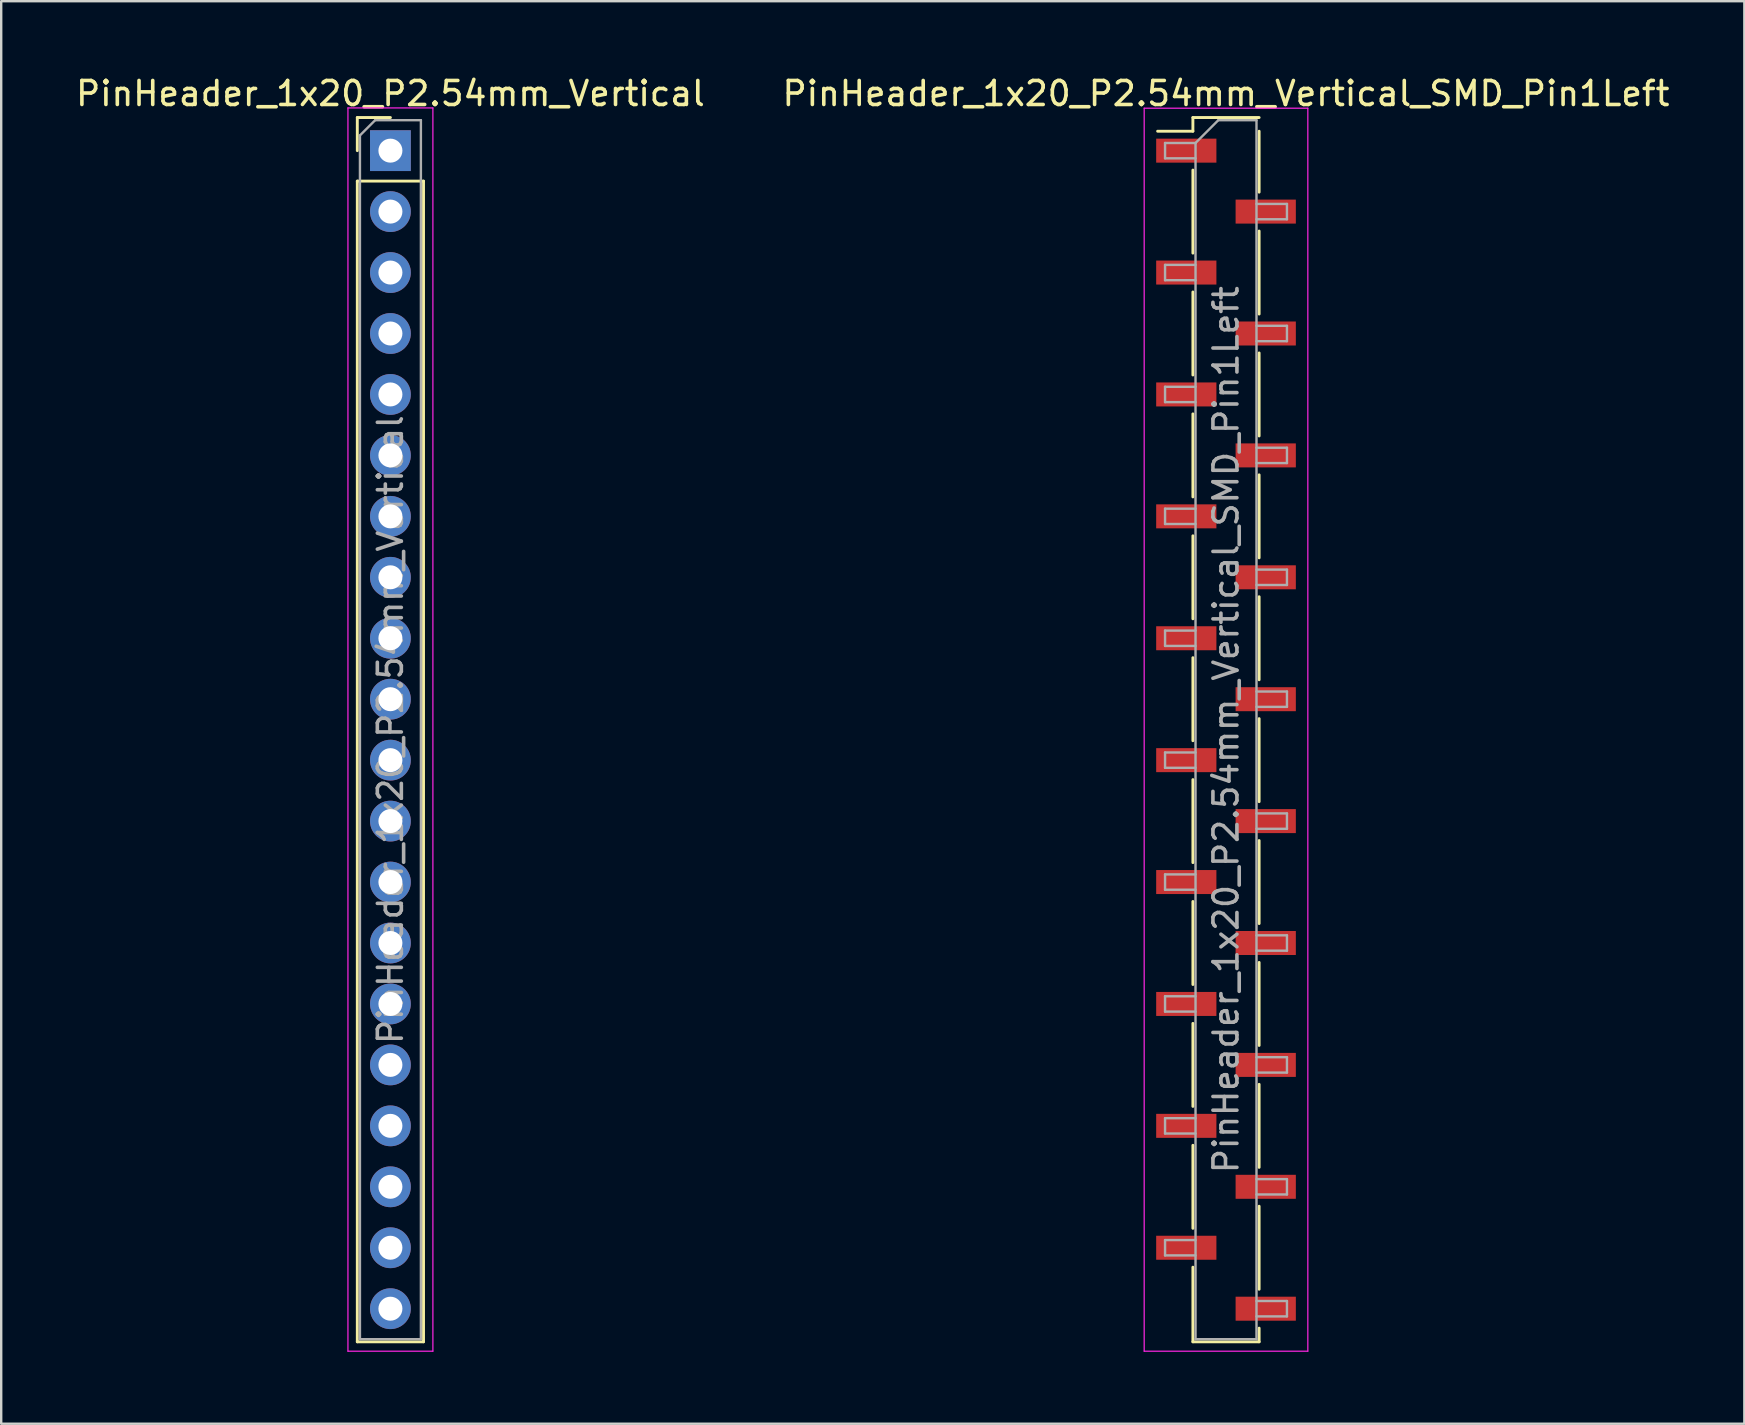
<source format=kicad_pcb>
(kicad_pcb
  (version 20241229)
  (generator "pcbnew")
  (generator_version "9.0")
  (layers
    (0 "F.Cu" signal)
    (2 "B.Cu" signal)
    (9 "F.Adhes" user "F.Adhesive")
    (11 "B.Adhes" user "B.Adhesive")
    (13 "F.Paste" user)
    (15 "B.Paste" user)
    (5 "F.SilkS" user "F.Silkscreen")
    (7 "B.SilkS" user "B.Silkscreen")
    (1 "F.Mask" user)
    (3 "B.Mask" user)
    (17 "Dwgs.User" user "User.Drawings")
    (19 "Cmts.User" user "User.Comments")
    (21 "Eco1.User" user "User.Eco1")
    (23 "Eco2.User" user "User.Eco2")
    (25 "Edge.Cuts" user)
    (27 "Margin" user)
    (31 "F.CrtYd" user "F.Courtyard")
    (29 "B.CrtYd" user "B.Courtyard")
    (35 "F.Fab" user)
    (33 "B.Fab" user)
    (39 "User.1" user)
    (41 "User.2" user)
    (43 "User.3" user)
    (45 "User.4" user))
  (footprint "PinHeader_1x20_P2.54mm_Vertical"
    (layer "F.Cu")
    (at 13.22 3.228)
    (property "Reference" "PinHeader_1x20_P2.54mm_Vertical" (at 0 -2.38 0) (layer "F.SilkS") (effects (font (size 1 1) (thickness 0.15))))
    (attr through_hole)
    (fp_line (start -1.38 -1.38) (end 0 -1.38) (stroke (width 0.12) (type solid)) (layer "F.SilkS"))
    (fp_line (start -1.38 0) (end -1.38 -1.38) (stroke (width 0.12) (type solid)) (layer "F.SilkS"))
    (fp_line (start -1.38 1.27) (end -1.38 49.64) (stroke (width 0.12) (type solid)) (layer "F.SilkS"))
    (fp_line (start -1.38 1.27) (end 1.38 1.27) (stroke (width 0.12) (type solid)) (layer "F.SilkS"))
    (fp_line (start -1.38 49.64) (end 1.38 49.64) (stroke (width 0.12) (type solid)) (layer "F.SilkS"))
    (fp_line (start 1.38 1.27) (end 1.38 49.64) (stroke (width 0.12) (type solid)) (layer "F.SilkS"))
    (fp_line (start -1.77 -1.78) (end -1.77 50.03) (stroke (width 0.05) (type solid)) (layer "F.CrtYd"))
    (fp_line (start -1.77 50.03) (end 1.77 50.03) (stroke (width 0.05) (type solid)) (layer "F.CrtYd"))
    (fp_line (start 1.77 -1.78) (end -1.77 -1.78) (stroke (width 0.05) (type solid)) (layer "F.CrtYd"))
    (fp_line (start 1.77 50.03) (end 1.77 -1.78) (stroke (width 0.05) (type solid)) (layer "F.CrtYd"))
    (fp_line (start -1.27 -0.635) (end -0.635 -1.27) (stroke (width 0.1) (type solid)) (layer "F.Fab"))
    (fp_line (start -1.27 49.53) (end -1.27 -0.635) (stroke (width 0.1) (type solid)) (layer "F.Fab"))
    (fp_line (start -0.635 -1.27) (end 1.27 -1.27) (stroke (width 0.1) (type solid)) (layer "F.Fab"))
    (fp_line (start 1.27 -1.27) (end 1.27 49.53) (stroke (width 0.1) (type solid)) (layer "F.Fab"))
    (fp_line (start 1.27 49.53) (end -1.27 49.53) (stroke (width 0.1) (type solid)) (layer "F.Fab"))
    (fp_text user "${REFERENCE}" (at 0 24.13 90) (layer "F.Fab") (effects (font (size 1 1) (thickness 0.15))))
    (pad "1" thru_hole rect (at 0 0) (size 1.7 1.7) (drill 1) (layers "*.Cu" "*.Mask"))
    (pad "2" thru_hole circle (at 0 2.54) (size 1.7 1.7) (drill 1) (layers "*.Cu" "*.Mask"))
    (pad "3" thru_hole circle (at 0 5.08) (size 1.7 1.7) (drill 1) (layers "*.Cu" "*.Mask"))
    (pad "4" thru_hole circle (at 0 7.62) (size 1.7 1.7) (drill 1) (layers "*.Cu" "*.Mask"))
    (pad "5" thru_hole circle (at 0 10.16) (size 1.7 1.7) (drill 1) (layers "*.Cu" "*.Mask"))
    (pad "6" thru_hole circle (at 0 12.7) (size 1.7 1.7) (drill 1) (layers "*.Cu" "*.Mask"))
    (pad "7" thru_hole circle (at 0 15.24) (size 1.7 1.7) (drill 1) (layers "*.Cu" "*.Mask"))
    (pad "8" thru_hole circle (at 0 17.78) (size 1.7 1.7) (drill 1) (layers "*.Cu" "*.Mask"))
    (pad "9" thru_hole circle (at 0 20.32) (size 1.7 1.7) (drill 1) (layers "*.Cu" "*.Mask"))
    (pad "10" thru_hole circle (at 0 22.86) (size 1.7 1.7) (drill 1) (layers "*.Cu" "*.Mask"))
    (pad "11" thru_hole circle (at 0 25.4) (size 1.7 1.7) (drill 1) (layers "*.Cu" "*.Mask"))
    (pad "12" thru_hole circle (at 0 27.94) (size 1.7 1.7) (drill 1) (layers "*.Cu" "*.Mask"))
    (pad "13" thru_hole circle (at 0 30.48) (size 1.7 1.7) (drill 1) (layers "*.Cu" "*.Mask"))
    (pad "14" thru_hole circle (at 0 33.02) (size 1.7 1.7) (drill 1) (layers "*.Cu" "*.Mask"))
    (pad "15" thru_hole circle (at 0 35.56) (size 1.7 1.7) (drill 1) (layers "*.Cu" "*.Mask"))
    (pad "16" thru_hole circle (at 0 38.1) (size 1.7 1.7) (drill 1) (layers "*.Cu" "*.Mask"))
    (pad "17" thru_hole circle (at 0 40.64) (size 1.7 1.7) (drill 1) (layers "*.Cu" "*.Mask"))
    (pad "18" thru_hole circle (at 0 43.18) (size 1.7 1.7) (drill 1) (layers "*.Cu" "*.Mask"))
    (pad "19" thru_hole circle (at 0 45.72) (size 1.7 1.7) (drill 1) (layers "*.Cu" "*.Mask"))
    (pad "20" thru_hole circle (at 0 48.26) (size 1.7 1.7) (drill 1) (layers "*.Cu" "*.Mask")))
  (footprint "PinHeader_1x20_P2.54mm_Vertical_SMD_Pin1Left"
    (layer "F.Cu")
    (at 48.042 27.358)
    (property "Reference" "PinHeader_1x20_P2.54mm_Vertical_SMD_Pin1Left" (at 0 -26.51 0) (layer "F.SilkS") (effects (font (size 1 1) (thickness 0.15))))
    (attr smd)
    (fp_line (start -1.38 -25.51) (end -1.38 -24.94) (stroke (width 0.12) (type solid)) (layer "F.SilkS"))
    (fp_line (start -1.38 -25.51) (end 1.38 -25.51) (stroke (width 0.12) (type solid)) (layer "F.SilkS"))
    (fp_line (start -1.38 -24.94) (end -2.85 -24.94) (stroke (width 0.12) (type solid)) (layer "F.SilkS"))
    (fp_line (start -1.38 -23.32) (end -1.38 -19.86) (stroke (width 0.12) (type solid)) (layer "F.SilkS"))
    (fp_line (start -1.38 -18.24) (end -1.38 -14.78) (stroke (width 0.12) (type solid)) (layer "F.SilkS"))
    (fp_line (start -1.38 -13.16) (end -1.38 -9.7) (stroke (width 0.12) (type solid)) (layer "F.SilkS"))
    (fp_line (start -1.38 -8.08) (end -1.38 -4.62) (stroke (width 0.12) (type solid)) (layer "F.SilkS"))
    (fp_line (start -1.38 -3) (end -1.38 0.46) (stroke (width 0.12) (type solid)) (layer "F.SilkS"))
    (fp_line (start -1.38 2.08) (end -1.38 5.54) (stroke (width 0.12) (type solid)) (layer "F.SilkS"))
    (fp_line (start -1.38 7.16) (end -1.38 10.62) (stroke (width 0.12) (type solid)) (layer "F.SilkS"))
    (fp_line (start -1.38 12.24) (end -1.38 15.7) (stroke (width 0.12) (type solid)) (layer "F.SilkS"))
    (fp_line (start -1.38 17.32) (end -1.38 20.78) (stroke (width 0.12) (type solid)) (layer "F.SilkS"))
    (fp_line (start -1.38 22.4) (end -1.38 25.51) (stroke (width 0.12) (type solid)) (layer "F.SilkS"))
    (fp_line (start -1.38 25.51) (end 1.38 25.51) (stroke (width 0.12) (type solid)) (layer "F.SilkS"))
    (fp_line (start 1.38 -24.94) (end 1.38 -22.4) (stroke (width 0.12) (type solid)) (layer "F.SilkS"))
    (fp_line (start 1.38 -20.78) (end 1.38 -17.32) (stroke (width 0.12) (type solid)) (layer "F.SilkS"))
    (fp_line (start 1.38 -15.7) (end 1.38 -12.24) (stroke (width 0.12) (type solid)) (layer "F.SilkS"))
    (fp_line (start 1.38 -10.62) (end 1.38 -7.16) (stroke (width 0.12) (type solid)) (layer "F.SilkS"))
    (fp_line (start 1.38 -5.54) (end 1.38 -2.08) (stroke (width 0.12) (type solid)) (layer "F.SilkS"))
    (fp_line (start 1.38 -0.46) (end 1.38 3) (stroke (width 0.12) (type solid)) (layer "F.SilkS"))
    (fp_line (start 1.38 4.62) (end 1.38 8.08) (stroke (width 0.12) (type solid)) (layer "F.SilkS"))
    (fp_line (start 1.38 9.7) (end 1.38 13.16) (stroke (width 0.12) (type solid)) (layer "F.SilkS"))
    (fp_line (start 1.38 14.78) (end 1.38 18.24) (stroke (width 0.12) (type solid)) (layer "F.SilkS"))
    (fp_line (start 1.38 19.86) (end 1.38 23.32) (stroke (width 0.12) (type solid)) (layer "F.SilkS"))
    (fp_line (start 1.38 24.94) (end 1.38 25.51) (stroke (width 0.12) (type solid)) (layer "F.SilkS"))
    (fp_line (start -3.41 -25.9) (end -3.41 25.9) (stroke (width 0.05) (type solid)) (layer "F.CrtYd"))
    (fp_line (start -3.41 25.9) (end 3.41 25.9) (stroke (width 0.05) (type solid)) (layer "F.CrtYd"))
    (fp_line (start 3.41 -25.9) (end -3.41 -25.9) (stroke (width 0.05) (type solid)) (layer "F.CrtYd"))
    (fp_line (start 3.41 25.9) (end 3.41 -25.9) (stroke (width 0.05) (type solid)) (layer "F.CrtYd"))
    (fp_line (start -2.54 -24.45) (end -2.54 -23.81) (stroke (width 0.1) (type solid)) (layer "F.Fab"))
    (fp_line (start -2.54 -23.81) (end -1.27 -23.81) (stroke (width 0.1) (type solid)) (layer "F.Fab"))
    (fp_line (start -2.54 -19.37) (end -2.54 -18.73) (stroke (width 0.1) (type solid)) (layer "F.Fab"))
    (fp_line (start -2.54 -18.73) (end -1.27 -18.73) (stroke (width 0.1) (type solid)) (layer "F.Fab"))
    (fp_line (start -2.54 -14.29) (end -2.54 -13.65) (stroke (width 0.1) (type solid)) (layer "F.Fab"))
    (fp_line (start -2.54 -13.65) (end -1.27 -13.65) (stroke (width 0.1) (type solid)) (layer "F.Fab"))
    (fp_line (start -2.54 -9.21) (end -2.54 -8.57) (stroke (width 0.1) (type solid)) (layer "F.Fab"))
    (fp_line (start -2.54 -8.57) (end -1.27 -8.57) (stroke (width 0.1) (type solid)) (layer "F.Fab"))
    (fp_line (start -2.54 -4.13) (end -2.54 -3.49) (stroke (width 0.1) (type solid)) (layer "F.Fab"))
    (fp_line (start -2.54 -3.49) (end -1.27 -3.49) (stroke (width 0.1) (type solid)) (layer "F.Fab"))
    (fp_line (start -2.54 0.95) (end -2.54 1.59) (stroke (width 0.1) (type solid)) (layer "F.Fab"))
    (fp_line (start -2.54 1.59) (end -1.27 1.59) (stroke (width 0.1) (type solid)) (layer "F.Fab"))
    (fp_line (start -2.54 6.03) (end -2.54 6.67) (stroke (width 0.1) (type solid)) (layer "F.Fab"))
    (fp_line (start -2.54 6.67) (end -1.27 6.67) (stroke (width 0.1) (type solid)) (layer "F.Fab"))
    (fp_line (start -2.54 11.11) (end -2.54 11.75) (stroke (width 0.1) (type solid)) (layer "F.Fab"))
    (fp_line (start -2.54 11.75) (end -1.27 11.75) (stroke (width 0.1) (type solid)) (layer "F.Fab"))
    (fp_line (start -2.54 16.19) (end -2.54 16.83) (stroke (width 0.1) (type solid)) (layer "F.Fab"))
    (fp_line (start -2.54 16.83) (end -1.27 16.83) (stroke (width 0.1) (type solid)) (layer "F.Fab"))
    (fp_line (start -2.54 21.27) (end -2.54 21.91) (stroke (width 0.1) (type solid)) (layer "F.Fab"))
    (fp_line (start -2.54 21.91) (end -1.27 21.91) (stroke (width 0.1) (type solid)) (layer "F.Fab"))
    (fp_line (start -1.27 -24.45) (end -2.54 -24.45) (stroke (width 0.1) (type solid)) (layer "F.Fab"))
    (fp_line (start -1.27 -24.45) (end -0.32 -25.4) (stroke (width 0.1) (type solid)) (layer "F.Fab"))
    (fp_line (start -1.27 -19.37) (end -2.54 -19.37) (stroke (width 0.1) (type solid)) (layer "F.Fab"))
    (fp_line (start -1.27 -14.29) (end -2.54 -14.29) (stroke (width 0.1) (type solid)) (layer "F.Fab"))
    (fp_line (start -1.27 -9.21) (end -2.54 -9.21) (stroke (width 0.1) (type solid)) (layer "F.Fab"))
    (fp_line (start -1.27 -4.13) (end -2.54 -4.13) (stroke (width 0.1) (type solid)) (layer "F.Fab"))
    (fp_line (start -1.27 0.95) (end -2.54 0.95) (stroke (width 0.1) (type solid)) (layer "F.Fab"))
    (fp_line (start -1.27 6.03) (end -2.54 6.03) (stroke (width 0.1) (type solid)) (layer "F.Fab"))
    (fp_line (start -1.27 11.11) (end -2.54 11.11) (stroke (width 0.1) (type solid)) (layer "F.Fab"))
    (fp_line (start -1.27 16.19) (end -2.54 16.19) (stroke (width 0.1) (type solid)) (layer "F.Fab"))
    (fp_line (start -1.27 21.27) (end -2.54 21.27) (stroke (width 0.1) (type solid)) (layer "F.Fab"))
    (fp_line (start -1.27 25.4) (end -1.27 -24.45) (stroke (width 0.1) (type solid)) (layer "F.Fab"))
    (fp_line (start -0.32 -25.4) (end 1.27 -25.4) (stroke (width 0.1) (type solid)) (layer "F.Fab"))
    (fp_line (start 1.27 -25.4) (end 1.27 25.4) (stroke (width 0.1) (type solid)) (layer "F.Fab"))
    (fp_line (start 1.27 -21.91) (end 2.54 -21.91) (stroke (width 0.1) (type solid)) (layer "F.Fab"))
    (fp_line (start 1.27 -16.83) (end 2.54 -16.83) (stroke (width 0.1) (type solid)) (layer "F.Fab"))
    (fp_line (start 1.27 -11.75) (end 2.54 -11.75) (stroke (width 0.1) (type solid)) (layer "F.Fab"))
    (fp_line (start 1.27 -6.67) (end 2.54 -6.67) (stroke (width 0.1) (type solid)) (layer "F.Fab"))
    (fp_line (start 1.27 -1.59) (end 2.54 -1.59) (stroke (width 0.1) (type solid)) (layer "F.Fab"))
    (fp_line (start 1.27 3.49) (end 2.54 3.49) (stroke (width 0.1) (type solid)) (layer "F.Fab"))
    (fp_line (start 1.27 8.57) (end 2.54 8.57) (stroke (width 0.1) (type solid)) (layer "F.Fab"))
    (fp_line (start 1.27 13.65) (end 2.54 13.65) (stroke (width 0.1) (type solid)) (layer "F.Fab"))
    (fp_line (start 1.27 18.73) (end 2.54 18.73) (stroke (width 0.1) (type solid)) (layer "F.Fab"))
    (fp_line (start 1.27 23.81) (end 2.54 23.81) (stroke (width 0.1) (type solid)) (layer "F.Fab"))
    (fp_line (start 1.27 25.4) (end -1.27 25.4) (stroke (width 0.1) (type solid)) (layer "F.Fab"))
    (fp_line (start 2.54 -21.91) (end 2.54 -21.27) (stroke (width 0.1) (type solid)) (layer "F.Fab"))
    (fp_line (start 2.54 -21.27) (end 1.27 -21.27) (stroke (width 0.1) (type solid)) (layer "F.Fab"))
    (fp_line (start 2.54 -16.83) (end 2.54 -16.19) (stroke (width 0.1) (type solid)) (layer "F.Fab"))
    (fp_line (start 2.54 -16.19) (end 1.27 -16.19) (stroke (width 0.1) (type solid)) (layer "F.Fab"))
    (fp_line (start 2.54 -11.75) (end 2.54 -11.11) (stroke (width 0.1) (type solid)) (layer "F.Fab"))
    (fp_line (start 2.54 -11.11) (end 1.27 -11.11) (stroke (width 0.1) (type solid)) (layer "F.Fab"))
    (fp_line (start 2.54 -6.67) (end 2.54 -6.03) (stroke (width 0.1) (type solid)) (layer "F.Fab"))
    (fp_line (start 2.54 -6.03) (end 1.27 -6.03) (stroke (width 0.1) (type solid)) (layer "F.Fab"))
    (fp_line (start 2.54 -1.59) (end 2.54 -0.95) (stroke (width 0.1) (type solid)) (layer "F.Fab"))
    (fp_line (start 2.54 -0.95) (end 1.27 -0.95) (stroke (width 0.1) (type solid)) (layer "F.Fab"))
    (fp_line (start 2.54 3.49) (end 2.54 4.13) (stroke (width 0.1) (type solid)) (layer "F.Fab"))
    (fp_line (start 2.54 4.13) (end 1.27 4.13) (stroke (width 0.1) (type solid)) (layer "F.Fab"))
    (fp_line (start 2.54 8.57) (end 2.54 9.21) (stroke (width 0.1) (type solid)) (layer "F.Fab"))
    (fp_line (start 2.54 9.21) (end 1.27 9.21) (stroke (width 0.1) (type solid)) (layer "F.Fab"))
    (fp_line (start 2.54 13.65) (end 2.54 14.29) (stroke (width 0.1) (type solid)) (layer "F.Fab"))
    (fp_line (start 2.54 14.29) (end 1.27 14.29) (stroke (width 0.1) (type solid)) (layer "F.Fab"))
    (fp_line (start 2.54 18.73) (end 2.54 19.37) (stroke (width 0.1) (type solid)) (layer "F.Fab"))
    (fp_line (start 2.54 19.37) (end 1.27 19.37) (stroke (width 0.1) (type solid)) (layer "F.Fab"))
    (fp_line (start 2.54 23.81) (end 2.54 24.45) (stroke (width 0.1) (type solid)) (layer "F.Fab"))
    (fp_line (start 2.54 24.45) (end 1.27 24.45) (stroke (width 0.1) (type solid)) (layer "F.Fab"))
    (fp_text user "${REFERENCE}" (at 0 0 90) (layer "F.Fab") (effects (font (size 1 1) (thickness 0.15))))
    (pad "1" smd rect (at -1.655 -24.13) (size 2.51 1) (layers "F.Cu" "F.Mask" "F.Paste"))
    (pad "2" smd rect (at 1.655 -21.59) (size 2.51 1) (layers "F.Cu" "F.Mask" "F.Paste"))
    (pad "3" smd rect (at -1.655 -19.05) (size 2.51 1) (layers "F.Cu" "F.Mask" "F.Paste"))
    (pad "4" smd rect (at 1.655 -16.51) (size 2.51 1) (layers "F.Cu" "F.Mask" "F.Paste"))
    (pad "5" smd rect (at -1.655 -13.97) (size 2.51 1) (layers "F.Cu" "F.Mask" "F.Paste"))
    (pad "6" smd rect (at 1.655 -11.43) (size 2.51 1) (layers "F.Cu" "F.Mask" "F.Paste"))
    (pad "7" smd rect (at -1.655 -8.89) (size 2.51 1) (layers "F.Cu" "F.Mask" "F.Paste"))
    (pad "8" smd rect (at 1.655 -6.35) (size 2.51 1) (layers "F.Cu" "F.Mask" "F.Paste"))
    (pad "9" smd rect (at -1.655 -3.81) (size 2.51 1) (layers "F.Cu" "F.Mask" "F.Paste"))
    (pad "10" smd rect (at 1.655 -1.27) (size 2.51 1) (layers "F.Cu" "F.Mask" "F.Paste"))
    (pad "11" smd rect (at -1.655 1.27) (size 2.51 1) (layers "F.Cu" "F.Mask" "F.Paste"))
    (pad "12" smd rect (at 1.655 3.81) (size 2.51 1) (layers "F.Cu" "F.Mask" "F.Paste"))
    (pad "13" smd rect (at -1.655 6.35) (size 2.51 1) (layers "F.Cu" "F.Mask" "F.Paste"))
    (pad "14" smd rect (at 1.655 8.89) (size 2.51 1) (layers "F.Cu" "F.Mask" "F.Paste"))
    (pad "15" smd rect (at -1.655 11.43) (size 2.51 1) (layers "F.Cu" "F.Mask" "F.Paste"))
    (pad "16" smd rect (at 1.655 13.97) (size 2.51 1) (layers "F.Cu" "F.Mask" "F.Paste"))
    (pad "17" smd rect (at -1.655 16.51) (size 2.51 1) (layers "F.Cu" "F.Mask" "F.Paste"))
    (pad "18" smd rect (at 1.655 19.05) (size 2.51 1) (layers "F.Cu" "F.Mask" "F.Paste"))
    (pad "19" smd rect (at -1.655 21.59) (size 2.51 1) (layers "F.Cu" "F.Mask" "F.Paste"))
    (pad "20" smd rect (at 1.655 24.13) (size 2.51 1) (layers "F.Cu" "F.Mask" "F.Paste")))
  (gr_rect
    (start -3 -3)
    (end 69.643 56.283)
    (stroke (width 0.1) (type default))
    (fill no)
    (layer "Edge.Cuts")))
</source>
